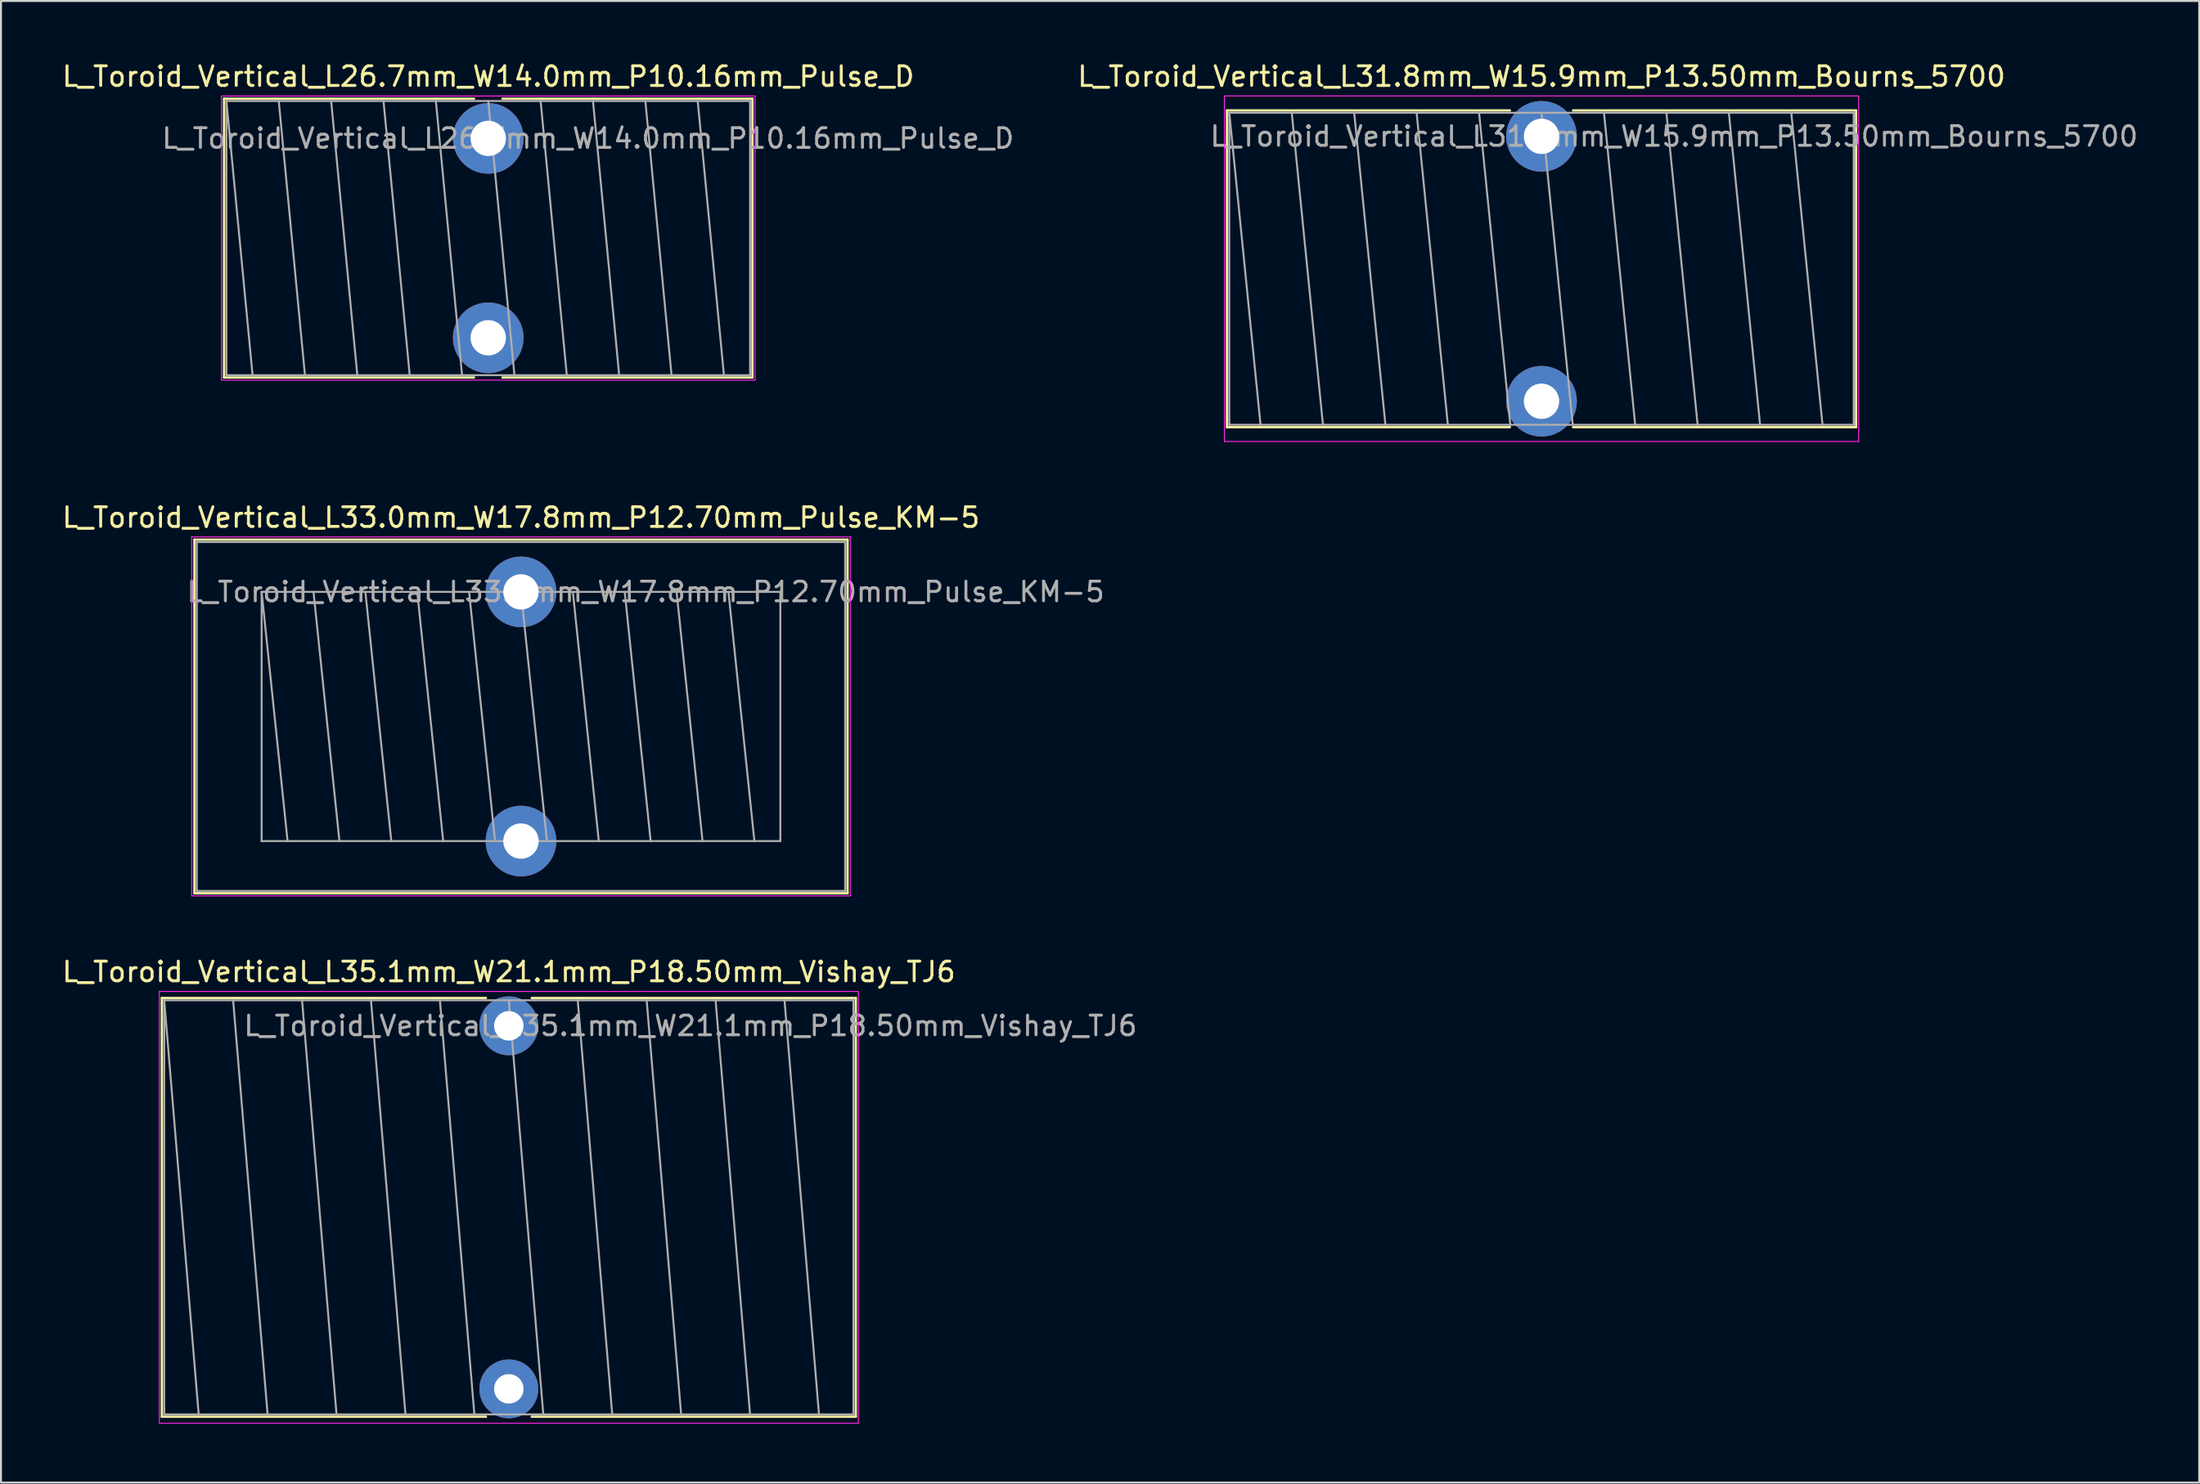
<source format=kicad_pcb>
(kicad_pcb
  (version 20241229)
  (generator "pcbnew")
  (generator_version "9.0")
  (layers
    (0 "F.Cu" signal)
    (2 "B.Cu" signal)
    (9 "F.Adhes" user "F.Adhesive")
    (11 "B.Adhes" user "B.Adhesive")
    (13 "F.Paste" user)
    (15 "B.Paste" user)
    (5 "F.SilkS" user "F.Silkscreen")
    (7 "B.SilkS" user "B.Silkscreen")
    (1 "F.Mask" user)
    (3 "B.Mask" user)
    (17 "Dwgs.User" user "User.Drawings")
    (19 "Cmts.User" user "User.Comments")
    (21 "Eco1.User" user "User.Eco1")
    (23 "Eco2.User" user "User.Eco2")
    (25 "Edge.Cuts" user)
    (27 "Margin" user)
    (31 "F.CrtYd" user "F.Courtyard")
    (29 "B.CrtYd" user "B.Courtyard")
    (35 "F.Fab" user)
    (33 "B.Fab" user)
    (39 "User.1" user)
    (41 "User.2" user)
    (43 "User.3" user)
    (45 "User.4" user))
  (footprint "L_Toroid_Vertical_L33.0mm_W17.8mm_P12.70mm_Pulse_KM-5"
    (layer "F.Cu")
    (at 23.482 27.111)
    (property "Reference" "L_Toroid_Vertical_L33.0mm_W17.8mm_P12.70mm_Pulse_KM-5" (at 0 -3.79 0) (layer "F.SilkS") (effects (font (size 1 1) (thickness 0.15))))
    (attr through_hole)
    (fp_line (start -16.631 -2.66) (end -16.631 15.36) (stroke (width 0.12) (type solid)) (layer "F.SilkS"))
    (fp_line (start -16.631 -2.66) (end 16.631 -2.66) (stroke (width 0.12) (type solid)) (layer "F.SilkS"))
    (fp_line (start -16.631 15.36) (end 16.631 15.36) (stroke (width 0.12) (type solid)) (layer "F.SilkS"))
    (fp_line (start 16.631 -2.66) (end 16.631 15.36) (stroke (width 0.12) (type solid)) (layer "F.SilkS"))
    (fp_line (start -16.77 -2.8) (end -16.77 15.49) (stroke (width 0.05) (type solid)) (layer "F.CrtYd"))
    (fp_line (start -16.77 15.49) (end 16.77 15.49) (stroke (width 0.05) (type solid)) (layer "F.CrtYd"))
    (fp_line (start 16.77 -2.8) (end -16.77 -2.8) (stroke (width 0.05) (type solid)) (layer "F.CrtYd"))
    (fp_line (start 16.77 15.49) (end 16.77 -2.8) (stroke (width 0.05) (type solid)) (layer "F.CrtYd"))
    (fp_line (start -16.51 -2.54) (end -16.51 15.24) (stroke (width 0.1) (type solid)) (layer "F.Fab"))
    (fp_line (start -16.51 15.24) (end 16.51 15.24) (stroke (width 0.1) (type solid)) (layer "F.Fab"))
    (fp_line (start -13.208 0) (end -13.208 12.7) (stroke (width 0.1) (type solid)) (layer "F.Fab"))
    (fp_line (start -13.208 0) (end -11.887 12.7) (stroke (width 0.1) (type solid)) (layer "F.Fab"))
    (fp_line (start -13.208 12.7) (end 13.208 12.7) (stroke (width 0.1) (type solid)) (layer "F.Fab"))
    (fp_line (start -10.566 0) (end -9.246 12.7) (stroke (width 0.1) (type solid)) (layer "F.Fab"))
    (fp_line (start -7.925 0) (end -6.604 12.7) (stroke (width 0.1) (type solid)) (layer "F.Fab"))
    (fp_line (start -5.283 0) (end -3.962 12.7) (stroke (width 0.1) (type solid)) (layer "F.Fab"))
    (fp_line (start -2.642 0) (end -1.321 12.7) (stroke (width 0.1) (type solid)) (layer "F.Fab"))
    (fp_line (start 0 0) (end 1.321 12.7) (stroke (width 0.1) (type solid)) (layer "F.Fab"))
    (fp_line (start 2.642 0) (end 3.962 12.7) (stroke (width 0.1) (type solid)) (layer "F.Fab"))
    (fp_line (start 5.283 0) (end 6.604 12.7) (stroke (width 0.1) (type solid)) (layer "F.Fab"))
    (fp_line (start 7.925 0) (end 9.246 12.7) (stroke (width 0.1) (type solid)) (layer "F.Fab"))
    (fp_line (start 10.566 0) (end 11.887 12.7) (stroke (width 0.1) (type solid)) (layer "F.Fab"))
    (fp_line (start 13.208 0) (end -13.208 0) (stroke (width 0.1) (type solid)) (layer "F.Fab"))
    (fp_line (start 13.208 12.7) (end 13.208 0) (stroke (width 0.1) (type solid)) (layer "F.Fab"))
    (fp_line (start 16.51 -2.54) (end -16.51 -2.54) (stroke (width 0.1) (type solid)) (layer "F.Fab"))
    (fp_line (start 16.51 15.24) (end 16.51 -2.54) (stroke (width 0.1) (type solid)) (layer "F.Fab"))
    (fp_text user "${REFERENCE}" (at 6.35 0 0) (layer "F.Fab") (effects (font (size 1 1) (thickness 0.15))))
    (pad "1" thru_hole circle (at 0 0) (size 3.6 3.6) (drill 1.8) (layers "*.Cu" "*.Mask"))
    (pad "2" thru_hole circle (at 0 12.7) (size 3.6 3.6) (drill 1.8) (layers "*.Cu" "*.Mask")))
  (footprint "L_Toroid_Vertical_L31.8mm_W15.9mm_P13.50mm_Bourns_5700"
    (layer "F.Cu")
    (at 75.455 3.898)
    (property "Reference" "L_Toroid_Vertical_L31.8mm_W15.9mm_P13.50mm_Bourns_5700" (at 0 -3.05 0) (layer "F.SilkS") (effects (font (size 1 1) (thickness 0.15))))
    (attr through_hole)
    (fp_line (start -16.02 -1.32) (end -16.02 14.82) (stroke (width 0.12) (type solid)) (layer "F.SilkS"))
    (fp_line (start -16.02 -1.32) (end -1.608 -1.32) (stroke (width 0.12) (type solid)) (layer "F.SilkS"))
    (fp_line (start -16.02 14.82) (end -1.608 14.82) (stroke (width 0.12) (type solid)) (layer "F.SilkS"))
    (fp_line (start 1.608 -1.32) (end 16.02 -1.32) (stroke (width 0.12) (type solid)) (layer "F.SilkS"))
    (fp_line (start 1.608 14.82) (end 16.02 14.82) (stroke (width 0.12) (type solid)) (layer "F.SilkS"))
    (fp_line (start 16.02 -1.32) (end 16.02 14.82) (stroke (width 0.12) (type solid)) (layer "F.SilkS"))
    (fp_line (start -16.15 -2.06) (end -16.15 15.55) (stroke (width 0.05) (type solid)) (layer "F.CrtYd"))
    (fp_line (start -16.15 15.55) (end 16.15 15.55) (stroke (width 0.05) (type solid)) (layer "F.CrtYd"))
    (fp_line (start 16.15 -2.06) (end -16.15 -2.06) (stroke (width 0.05) (type solid)) (layer "F.CrtYd"))
    (fp_line (start 16.15 15.55) (end 16.15 -2.06) (stroke (width 0.05) (type solid)) (layer "F.CrtYd"))
    (fp_line (start -15.9 -1.2) (end -15.9 14.7) (stroke (width 0.1) (type solid)) (layer "F.Fab"))
    (fp_line (start -15.9 -1.2) (end -14.31 14.7) (stroke (width 0.1) (type solid)) (layer "F.Fab"))
    (fp_line (start -15.9 14.7) (end 15.9 14.7) (stroke (width 0.1) (type solid)) (layer "F.Fab"))
    (fp_line (start -12.72 -1.2) (end -11.13 14.7) (stroke (width 0.1) (type solid)) (layer "F.Fab"))
    (fp_line (start -9.54 -1.2) (end -7.95 14.7) (stroke (width 0.1) (type solid)) (layer "F.Fab"))
    (fp_line (start -6.36 -1.2) (end -4.77 14.7) (stroke (width 0.1) (type solid)) (layer "F.Fab"))
    (fp_line (start -3.18 -1.2) (end -1.59 14.7) (stroke (width 0.1) (type solid)) (layer "F.Fab"))
    (fp_line (start 0 -1.2) (end 1.59 14.7) (stroke (width 0.1) (type solid)) (layer "F.Fab"))
    (fp_line (start 3.18 -1.2) (end 4.77 14.7) (stroke (width 0.1) (type solid)) (layer "F.Fab"))
    (fp_line (start 6.36 -1.2) (end 7.95 14.7) (stroke (width 0.1) (type solid)) (layer "F.Fab"))
    (fp_line (start 9.54 -1.2) (end 11.13 14.7) (stroke (width 0.1) (type solid)) (layer "F.Fab"))
    (fp_line (start 12.72 -1.2) (end 14.31 14.7) (stroke (width 0.1) (type solid)) (layer "F.Fab"))
    (fp_line (start 15.9 -1.2) (end -15.9 -1.2) (stroke (width 0.1) (type solid)) (layer "F.Fab"))
    (fp_line (start 15.9 14.7) (end 15.9 -1.2) (stroke (width 0.1) (type solid)) (layer "F.Fab"))
    (fp_text user "${REFERENCE}" (at 6.75 0 0) (layer "F.Fab") (effects (font (size 1 1) (thickness 0.15))))
    (pad "1" thru_hole circle (at 0 0) (size 3.6 3.6) (drill 1.8) (layers "*.Cu" "*.Mask"))
    (pad "2" thru_hole circle (at 0 13.5) (size 3.6 3.6) (drill 1.8) (layers "*.Cu" "*.Mask")))
  (footprint "L_Toroid_Vertical_L26.7mm_W14.0mm_P10.16mm_Pulse_D"
    (layer "F.Cu")
    (at 21.815 4.003)
    (property "Reference" "L_Toroid_Vertical_L26.7mm_W14.0mm_P10.16mm_Pulse_D" (at 0 -3.155 0) (layer "F.SilkS") (effects (font (size 1 1) (thickness 0.15))))
    (attr through_hole)
    (fp_line (start -13.455 -2.025) (end -13.455 12.185) (stroke (width 0.12) (type solid)) (layer "F.SilkS"))
    (fp_line (start -13.455 -2.025) (end -0.725 -2.025) (stroke (width 0.12) (type solid)) (layer "F.SilkS"))
    (fp_line (start -13.455 12.185) (end -0.725 12.185) (stroke (width 0.12) (type solid)) (layer "F.SilkS"))
    (fp_line (start 0.725 -2.025) (end 13.455 -2.025) (stroke (width 0.12) (type solid)) (layer "F.SilkS"))
    (fp_line (start 0.725 12.185) (end 13.455 12.185) (stroke (width 0.12) (type solid)) (layer "F.SilkS"))
    (fp_line (start 13.455 -2.025) (end 13.455 12.185) (stroke (width 0.12) (type solid)) (layer "F.SilkS"))
    (fp_line (start -13.59 -2.16) (end -13.59 12.32) (stroke (width 0.05) (type solid)) (layer "F.CrtYd"))
    (fp_line (start -13.59 12.32) (end 13.59 12.32) (stroke (width 0.05) (type solid)) (layer "F.CrtYd"))
    (fp_line (start 13.59 -2.16) (end -13.59 -2.16) (stroke (width 0.05) (type solid)) (layer "F.CrtYd"))
    (fp_line (start 13.59 12.32) (end 13.59 -2.16) (stroke (width 0.05) (type solid)) (layer "F.CrtYd"))
    (fp_line (start -13.335 -1.905) (end -13.335 12.065) (stroke (width 0.1) (type solid)) (layer "F.Fab"))
    (fp_line (start -13.335 -1.905) (end -12.002 12.065) (stroke (width 0.1) (type solid)) (layer "F.Fab"))
    (fp_line (start -13.335 12.065) (end 13.335 12.065) (stroke (width 0.1) (type solid)) (layer "F.Fab"))
    (fp_line (start -10.668 -1.905) (end -9.335 12.065) (stroke (width 0.1) (type solid)) (layer "F.Fab"))
    (fp_line (start -8.001 -1.905) (end -6.668 12.065) (stroke (width 0.1) (type solid)) (layer "F.Fab"))
    (fp_line (start -5.334 -1.905) (end -4 12.065) (stroke (width 0.1) (type solid)) (layer "F.Fab"))
    (fp_line (start -2.667 -1.905) (end -1.333 12.065) (stroke (width 0.1) (type solid)) (layer "F.Fab"))
    (fp_line (start 0 -1.905) (end 1.333 12.065) (stroke (width 0.1) (type solid)) (layer "F.Fab"))
    (fp_line (start 2.667 -1.905) (end 4 12.065) (stroke (width 0.1) (type solid)) (layer "F.Fab"))
    (fp_line (start 5.334 -1.905) (end 6.668 12.065) (stroke (width 0.1) (type solid)) (layer "F.Fab"))
    (fp_line (start 8.001 -1.905) (end 9.335 12.065) (stroke (width 0.1) (type solid)) (layer "F.Fab"))
    (fp_line (start 10.668 -1.905) (end 12.002 12.065) (stroke (width 0.1) (type solid)) (layer "F.Fab"))
    (fp_line (start 13.335 -1.905) (end -13.335 -1.905) (stroke (width 0.1) (type solid)) (layer "F.Fab"))
    (fp_line (start 13.335 12.065) (end 13.335 -1.905) (stroke (width 0.1) (type solid)) (layer "F.Fab"))
    (fp_text user "${REFERENCE}" (at 5.08 0 0) (layer "F.Fab") (effects (font (size 1 1) (thickness 0.15))))
    (pad "1" thru_hole circle (at 0 0) (size 3.6 3.6) (drill 1.8) (layers "*.Cu" "*.Mask"))
    (pad "2" thru_hole circle (at 0 10.16) (size 3.6 3.6) (drill 1.8) (layers "*.Cu" "*.Mask")))
  (footprint "L_Toroid_Vertical_L35.1mm_W21.1mm_P18.50mm_Vishay_TJ6"
    (layer "F.Cu")
    (at 22.863 49.225)
    (property "Reference" "L_Toroid_Vertical_L35.1mm_W21.1mm_P18.50mm_Vishay_TJ6" (at 0 -2.75 0) (layer "F.SilkS") (effects (font (size 1 1) (thickness 0.15))))
    (attr through_hole)
    (fp_line (start -17.67 -1.42) (end -17.67 19.92) (stroke (width 0.12) (type solid)) (layer "F.SilkS"))
    (fp_line (start -17.67 -1.42) (end -1.166 -1.42) (stroke (width 0.12) (type solid)) (layer "F.SilkS"))
    (fp_line (start -17.67 19.92) (end -1.166 19.92) (stroke (width 0.12) (type solid)) (layer "F.SilkS"))
    (fp_line (start 1.166 -1.42) (end 17.67 -1.42) (stroke (width 0.12) (type solid)) (layer "F.SilkS"))
    (fp_line (start 1.166 19.92) (end 17.67 19.92) (stroke (width 0.12) (type solid)) (layer "F.SilkS"))
    (fp_line (start 17.67 -1.42) (end 17.67 19.92) (stroke (width 0.12) (type solid)) (layer "F.SilkS"))
    (fp_line (start -17.8 -1.75) (end -17.8 20.25) (stroke (width 0.05) (type solid)) (layer "F.CrtYd"))
    (fp_line (start -17.8 20.25) (end 17.8 20.25) (stroke (width 0.05) (type solid)) (layer "F.CrtYd"))
    (fp_line (start 17.8 -1.75) (end -17.8 -1.75) (stroke (width 0.05) (type solid)) (layer "F.CrtYd"))
    (fp_line (start 17.8 20.25) (end 17.8 -1.75) (stroke (width 0.05) (type solid)) (layer "F.CrtYd"))
    (fp_line (start -17.55 -1.3) (end -17.55 19.8) (stroke (width 0.1) (type solid)) (layer "F.Fab"))
    (fp_line (start -17.55 -1.3) (end -15.795 19.8) (stroke (width 0.1) (type solid)) (layer "F.Fab"))
    (fp_line (start -17.55 19.8) (end 17.55 19.8) (stroke (width 0.1) (type solid)) (layer "F.Fab"))
    (fp_line (start -14.04 -1.3) (end -12.285 19.8) (stroke (width 0.1) (type solid)) (layer "F.Fab"))
    (fp_line (start -10.53 -1.3) (end -8.775 19.8) (stroke (width 0.1) (type solid)) (layer "F.Fab"))
    (fp_line (start -7.02 -1.3) (end -5.265 19.8) (stroke (width 0.1) (type solid)) (layer "F.Fab"))
    (fp_line (start -3.51 -1.3) (end -1.755 19.8) (stroke (width 0.1) (type solid)) (layer "F.Fab"))
    (fp_line (start 0 -1.3) (end 1.755 19.8) (stroke (width 0.1) (type solid)) (layer "F.Fab"))
    (fp_line (start 3.51 -1.3) (end 5.265 19.8) (stroke (width 0.1) (type solid)) (layer "F.Fab"))
    (fp_line (start 7.02 -1.3) (end 8.775 19.8) (stroke (width 0.1) (type solid)) (layer "F.Fab"))
    (fp_line (start 10.53 -1.3) (end 12.285 19.8) (stroke (width 0.1) (type solid)) (layer "F.Fab"))
    (fp_line (start 14.04 -1.3) (end 15.795 19.8) (stroke (width 0.1) (type solid)) (layer "F.Fab"))
    (fp_line (start 17.55 -1.3) (end -17.55 -1.3) (stroke (width 0.1) (type solid)) (layer "F.Fab"))
    (fp_line (start 17.55 19.8) (end 17.55 -1.3) (stroke (width 0.1) (type solid)) (layer "F.Fab"))
    (fp_text user "${REFERENCE}" (at 9.25 0 0) (layer "F.Fab") (effects (font (size 1 1) (thickness 0.15))))
    (pad "1" thru_hole circle (at 0 0) (size 3 3) (drill 1.5) (layers "*.Cu" "*.Mask"))
    (pad "2" thru_hole circle (at 0 18.5) (size 3 3) (drill 1.5) (layers "*.Cu" "*.Mask")))
  (gr_rect
    (start -3 -3)
    (end 108.949 72.5)
    (stroke (width 0.1) (type default))
    (fill no)
    (layer "Edge.Cuts")))
</source>
